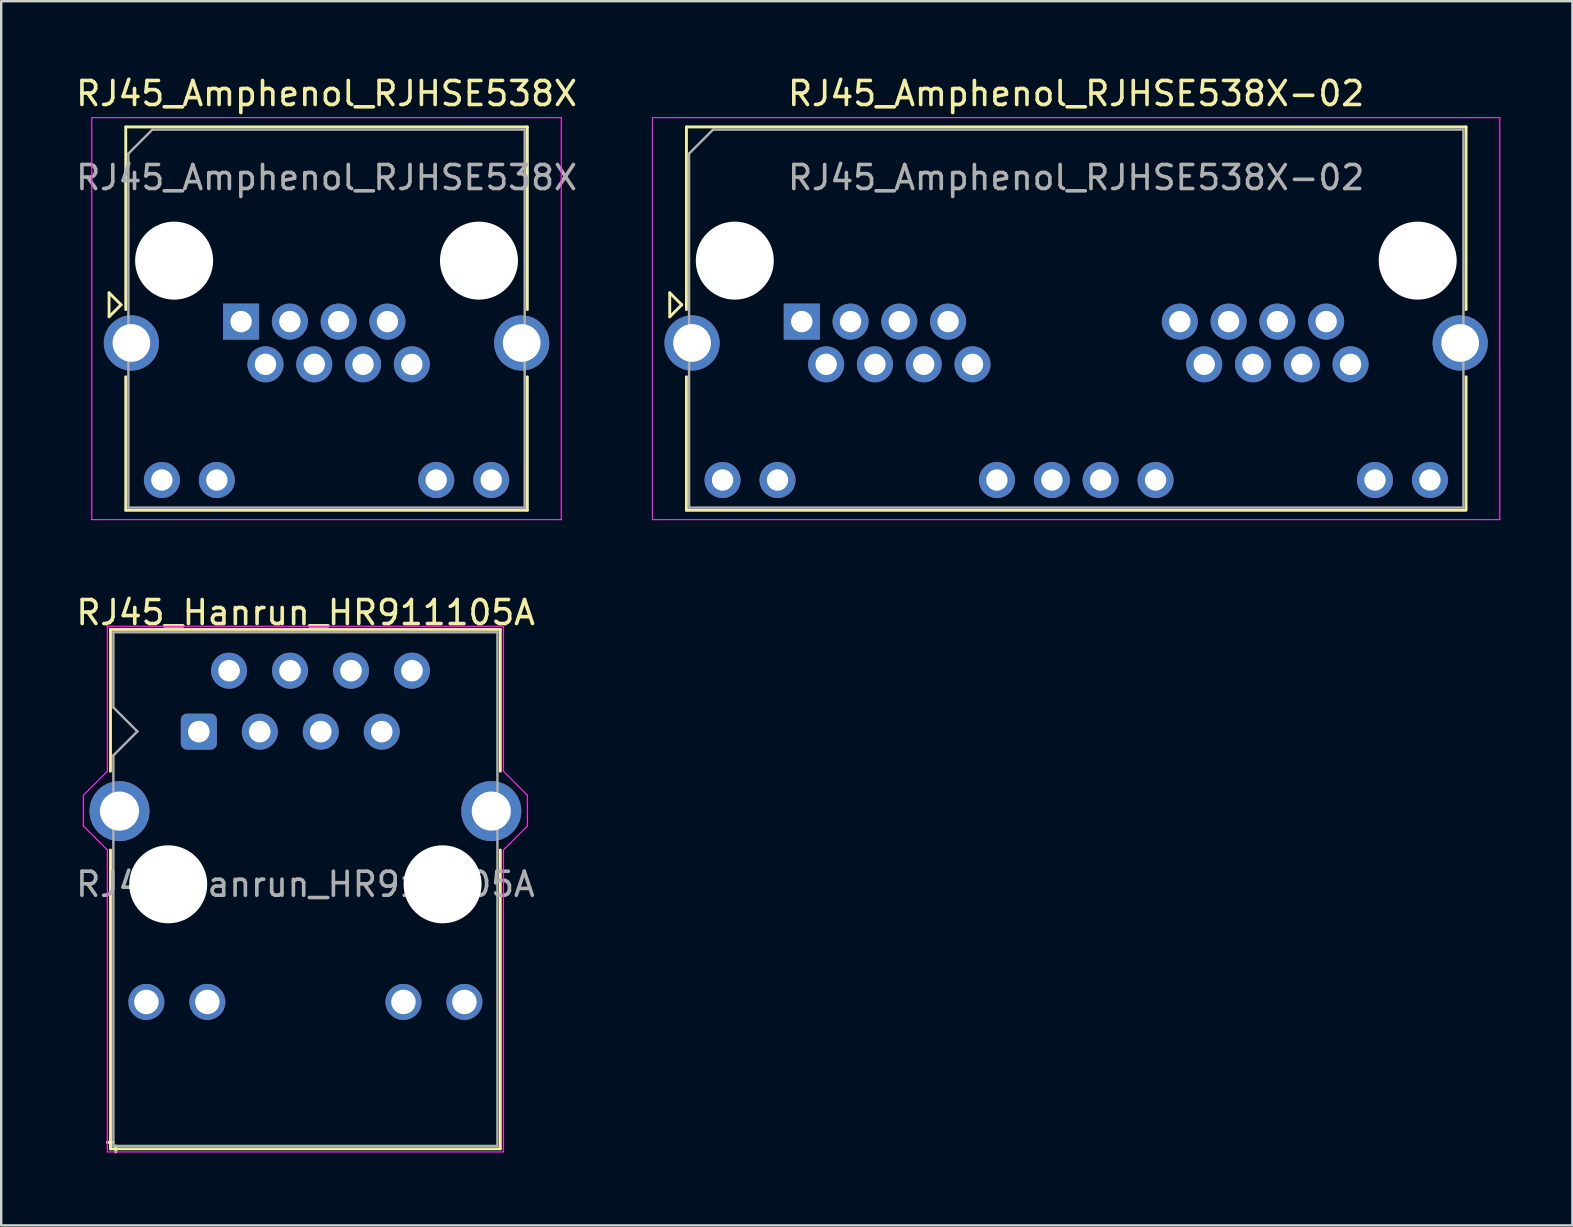
<source format=kicad_pcb>
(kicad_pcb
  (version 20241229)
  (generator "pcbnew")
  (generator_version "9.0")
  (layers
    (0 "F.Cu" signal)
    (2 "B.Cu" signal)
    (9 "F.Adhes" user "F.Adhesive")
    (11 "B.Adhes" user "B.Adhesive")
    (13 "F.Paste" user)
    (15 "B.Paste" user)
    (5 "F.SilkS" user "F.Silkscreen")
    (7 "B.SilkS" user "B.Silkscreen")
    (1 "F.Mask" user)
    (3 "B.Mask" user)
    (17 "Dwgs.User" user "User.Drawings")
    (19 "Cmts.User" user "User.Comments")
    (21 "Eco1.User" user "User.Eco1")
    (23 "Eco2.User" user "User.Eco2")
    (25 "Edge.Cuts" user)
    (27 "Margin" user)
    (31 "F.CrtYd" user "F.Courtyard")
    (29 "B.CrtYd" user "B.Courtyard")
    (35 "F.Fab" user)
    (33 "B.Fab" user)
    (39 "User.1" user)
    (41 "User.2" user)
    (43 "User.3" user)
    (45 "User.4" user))
  (footprint "RJ45_Amphenol_RJHSE538X-02"
    (layer "F.Cu")
    (at 30.352 10.348)
    (property "Reference" "RJ45_Amphenol_RJHSE538X-02" (at 11.43 -9.5 0) (layer "F.SilkS") (effects (font (size 1 1) (thickness 0.15))))
    (attr through_hole)
    (fp_line (start -5.5 -1.2) (end -5 -0.7) (stroke (width 0.12) (type solid)) (layer "F.SilkS"))
    (fp_line (start -5.5 -0.2) (end -5.5 -1.2) (stroke (width 0.12) (type solid)) (layer "F.SilkS"))
    (fp_line (start -5 -0.7) (end -5.5 -0.2) (stroke (width 0.12) (type solid)) (layer "F.SilkS"))
    (fp_line (start -4.805 -8.11) (end -4.805 -0.5) (stroke (width 0.12) (type solid)) (layer "F.SilkS"))
    (fp_line (start -4.805 -8.11) (end 27.675 -8.11) (stroke (width 0.12) (type solid)) (layer "F.SilkS"))
    (fp_line (start -4.805 7.86) (end -4.805 2.3) (stroke (width 0.12) (type solid)) (layer "F.SilkS"))
    (fp_line (start -4.805 7.86) (end 27.675 7.86) (stroke (width 0.12) (type solid)) (layer "F.SilkS"))
    (fp_line (start 27.675 -8.11) (end 27.675 -0.5) (stroke (width 0.12) (type solid)) (layer "F.SilkS"))
    (fp_line (start 27.675 7.815) (end 27.675 2.3) (stroke (width 0.12) (type solid)) (layer "F.SilkS"))
    (fp_line (start -6.22 -8.5) (end -6.22 8.25) (stroke (width 0.05) (type solid)) (layer "F.CrtYd"))
    (fp_line (start -6.22 -8.5) (end 29.08 -8.5) (stroke (width 0.05) (type solid)) (layer "F.CrtYd"))
    (fp_line (start -6.22 8.25) (end 29.08 8.25) (stroke (width 0.05) (type solid)) (layer "F.CrtYd"))
    (fp_line (start 29.08 -8.5) (end 29.08 8.25) (stroke (width 0.05) (type solid)) (layer "F.CrtYd"))
    (fp_line (start -4.695 -7) (end -4.695 7.75) (stroke (width 0.1) (type solid)) (layer "F.Fab"))
    (fp_line (start -4.695 -7) (end -3.695 -8) (stroke (width 0.1) (type solid)) (layer "F.Fab"))
    (fp_line (start -4.695 7.75) (end 27.565 7.75) (stroke (width 0.1) (type solid)) (layer "F.Fab"))
    (fp_line (start -3.695 -8) (end 27.565 -8) (stroke (width 0.1) (type solid)) (layer "F.Fab"))
    (fp_line (start 27.565 -8) (end 27.565 7.75) (stroke (width 0.1) (type solid)) (layer "F.Fab"))
    (fp_text user "${REFERENCE}" (at 11.43 -6 0) (layer "F.Fab") (effects (font (size 1 1) (thickness 0.15))))
    (pad "" np_thru_hole circle (at -2.79 -2.54) (size 3.25 3.25) (drill 3.25) (layers "*.Cu" "*.Mask"))
    (pad "" np_thru_hole circle (at 25.66 -2.54) (size 3.25 3.25) (drill 3.25) (layers "*.Cu" "*.Mask"))
    (pad "1" thru_hole rect (at 0 0) (size 1.5 1.5) (drill 0.89) (layers "*.Cu" "*.Mask"))
    (pad "2" thru_hole circle (at 1.016 1.78) (size 1.5 1.5) (drill 0.89) (layers "*.Cu" "*.Mask"))
    (pad "3" thru_hole circle (at 2.032 0) (size 1.5 1.5) (drill 0.89) (layers "*.Cu" "*.Mask"))
    (pad "4" thru_hole circle (at 3.048 1.78) (size 1.5 1.5) (drill 0.89) (layers "*.Cu" "*.Mask"))
    (pad "5" thru_hole circle (at 4.064 0) (size 1.5 1.5) (drill 0.89) (layers "*.Cu" "*.Mask"))
    (pad "6" thru_hole circle (at 5.08 1.78) (size 1.5 1.5) (drill 0.89) (layers "*.Cu" "*.Mask"))
    (pad "7" thru_hole circle (at 6.096 0) (size 1.5 1.5) (drill 0.89) (layers "*.Cu" "*.Mask"))
    (pad "8" thru_hole circle (at 7.112 1.78) (size 1.5 1.5) (drill 0.89) (layers "*.Cu" "*.Mask"))
    (pad "9" thru_hole circle (at -3.3 6.6) (size 1.5 1.5) (drill 0.89) (layers "*.Cu" "*.Mask"))
    (pad "10" thru_hole circle (at -1.01 6.6) (size 1.5 1.5) (drill 0.89) (layers "*.Cu" "*.Mask"))
    (pad "11" thru_hole circle (at 8.13 6.6) (size 1.5 1.5) (drill 0.89) (layers "*.Cu" "*.Mask"))
    (pad "12" thru_hole circle (at 10.42 6.6) (size 1.5 1.5) (drill 0.89) (layers "*.Cu" "*.Mask"))
    (pad "13" thru_hole circle (at 15.75 0) (size 1.5 1.5) (drill 0.89) (layers "*.Cu" "*.Mask"))
    (pad "14" thru_hole circle (at 16.766 1.78) (size 1.5 1.5) (drill 0.89) (layers "*.Cu" "*.Mask"))
    (pad "15" thru_hole circle (at 17.782 0) (size 1.5 1.5) (drill 0.89) (layers "*.Cu" "*.Mask"))
    (pad "16" thru_hole circle (at 18.798 1.78) (size 1.5 1.5) (drill 0.89) (layers "*.Cu" "*.Mask"))
    (pad "17" thru_hole circle (at 19.814 0) (size 1.5 1.5) (drill 0.89) (layers "*.Cu" "*.Mask"))
    (pad "18" thru_hole circle (at 20.83 1.78) (size 1.5 1.5) (drill 0.89) (layers "*.Cu" "*.Mask"))
    (pad "19" thru_hole circle (at 21.846 0) (size 1.5 1.5) (drill 0.89) (layers "*.Cu" "*.Mask"))
    (pad "20" thru_hole circle (at 22.862 1.78) (size 1.5 1.5) (drill 0.89) (layers "*.Cu" "*.Mask"))
    (pad "21" thru_hole circle (at 12.45 6.6) (size 1.5 1.5) (drill 0.89) (layers "*.Cu" "*.Mask"))
    (pad "22" thru_hole circle (at 14.74 6.6) (size 1.5 1.5) (drill 0.89) (layers "*.Cu" "*.Mask"))
    (pad "23" thru_hole circle (at 23.88 6.6) (size 1.5 1.5) (drill 0.89) (layers "*.Cu" "*.Mask"))
    (pad "24" thru_hole circle (at 26.17 6.6) (size 1.5 1.5) (drill 0.89) (layers "*.Cu" "*.Mask"))
    (pad "SH" thru_hole circle (at -4.57 0.89) (size 2.3 2.3) (drill 1.57) (layers "*.Cu" "*.Mask"))
    (pad "SH" thru_hole circle (at 27.43 0.89) (size 2.3 2.3) (drill 1.57) (layers "*.Cu" "*.Mask")))
  (footprint "RJ45_Hanrun_HR911105A"
    (layer "F.Cu")
    (at 5.233 27.431)
    (property "Reference" "RJ45_Hanrun_HR911105A" (at 4.45 -4.96 0) (layer "F.SilkS") (effects (font (size 1 1) (thickness 0.15))))
    (attr through_hole)
    (fp_line (start -3.68 -4.26) (end -3.68 1.65) (stroke (width 0.12) (type solid)) (layer "F.SilkS"))
    (fp_line (start -3.68 -4.26) (end 12.56 -4.26) (stroke (width 0.12) (type solid)) (layer "F.SilkS"))
    (fp_line (start -3.68 4.93) (end -3.68 17.38) (stroke (width 0.12) (type solid)) (layer "F.SilkS"))
    (fp_line (start -3.56 17.11) (end -3.81 17.11) (stroke (width 0.12) (type solid)) (layer "F.SilkS"))
    (fp_line (start -3.46 17.26) (end -3.46 17.51) (stroke (width 0.12) (type solid)) (layer "F.SilkS"))
    (fp_line (start 12.56 -4.26) (end 12.56 1.65) (stroke (width 0.12) (type solid)) (layer "F.SilkS"))
    (fp_line (start 12.56 4.93) (end 12.56 17.38) (stroke (width 0.12) (type solid)) (layer "F.SilkS"))
    (fp_line (start 12.56 17.38) (end -3.68 17.38) (stroke (width 0.12) (type solid)) (layer "F.SilkS"))
    (fp_line (start -4.81 3.93) (end -4.81 2.65) (stroke (width 0.05) (type solid)) (layer "F.CrtYd"))
    (fp_line (start -4.81 3.93) (end -3.81 4.93) (stroke (width 0.05) (type solid)) (layer "F.CrtYd"))
    (fp_line (start -3.81 -4.39) (end 12.69 -4.39) (stroke (width 0.05) (type solid)) (layer "F.CrtYd"))
    (fp_line (start -3.81 1.65) (end -4.81 2.65) (stroke (width 0.05) (type solid)) (layer "F.CrtYd"))
    (fp_line (start -3.81 1.65) (end -3.81 -4.4) (stroke (width 0.05) (type solid)) (layer "F.CrtYd"))
    (fp_line (start -3.81 4.93) (end -3.81 17.51) (stroke (width 0.05) (type solid)) (layer "F.CrtYd"))
    (fp_line (start -3.81 17.51) (end 12.69 17.51) (stroke (width 0.05) (type solid)) (layer "F.CrtYd"))
    (fp_line (start 12.69 1.65) (end 12.69 -4.39) (stroke (width 0.05) (type solid)) (layer "F.CrtYd"))
    (fp_line (start 12.69 1.65) (end 13.69 2.65) (stroke (width 0.05) (type solid)) (layer "F.CrtYd"))
    (fp_line (start 12.69 4.93) (end 12.69 17.51) (stroke (width 0.05) (type solid)) (layer "F.CrtYd"))
    (fp_line (start 13.69 3.93) (end 12.69 4.93) (stroke (width 0.05) (type solid)) (layer "F.CrtYd"))
    (fp_line (start 13.69 3.93) (end 13.69 2.65) (stroke (width 0.05) (type solid)) (layer "F.CrtYd"))
    (fp_line (start -3.56 -4.14) (end -3.56 -1.01) (stroke (width 0.1) (type solid)) (layer "F.Fab"))
    (fp_line (start -3.56 -4.14) (end 12.44 -4.14) (stroke (width 0.1) (type solid)) (layer "F.Fab"))
    (fp_line (start -3.56 0.99) (end -3.56 17.26) (stroke (width 0.1) (type solid)) (layer "F.Fab"))
    (fp_line (start -3.56 17.26) (end 12.44 17.26) (stroke (width 0.1) (type solid)) (layer "F.Fab"))
    (fp_line (start -2.56 -0.01) (end -3.56 -1.01) (stroke (width 0.1) (type solid)) (layer "F.Fab"))
    (fp_line (start -2.56 -0.01) (end -3.56 0.99) (stroke (width 0.1) (type solid)) (layer "F.Fab"))
    (fp_line (start 12.44 -4.14) (end 12.44 17.26) (stroke (width 0.1) (type solid)) (layer "F.Fab"))
    (fp_text user "${REFERENCE}" (at 4.44 6.36 0) (layer "F.Fab") (effects (font (size 1 1) (thickness 0.15))))
    (pad "" np_thru_hole circle (at -1.275 6.36) (size 3.25 3.25) (drill 3.25) (layers "*.Cu" "*.Mask"))
    (pad "" np_thru_hole circle (at 10.155 6.36) (size 3.25 3.25) (drill 3.25) (layers "*.Cu" "*.Mask"))
    (pad "1" thru_hole roundrect (at 0 0) (size 1.5 1.5) (drill 0.9) (layers "*.Cu" "*.Mask") (roundrect_rratio 0.167))
    (pad "2" thru_hole circle (at 1.26 -2.54) (size 1.5 1.5) (drill 0.9) (layers "*.Cu" "*.Mask"))
    (pad "3" thru_hole circle (at 2.54 0) (size 1.5 1.5) (drill 0.9) (layers "*.Cu" "*.Mask"))
    (pad "4" thru_hole circle (at 3.8 -2.54) (size 1.5 1.5) (drill 0.9) (layers "*.Cu" "*.Mask"))
    (pad "5" thru_hole circle (at 5.08 0) (size 1.5 1.5) (drill 0.9) (layers "*.Cu" "*.Mask"))
    (pad "6" thru_hole circle (at 6.34 -2.54 90) (size 1.5 1.5) (drill 0.9) (layers "*.Cu" "*.Mask"))
    (pad "7" thru_hole circle (at 7.62 0) (size 1.5 1.5) (drill 0.9) (layers "*.Cu" "*.Mask"))
    (pad "8" thru_hole circle (at 8.88 -2.54) (size 1.5 1.5) (drill 0.9) (layers "*.Cu" "*.Mask"))
    (pad "9" thru_hole circle (at -2.185 11.26) (size 1.5 1.5) (drill 1.02) (layers "*.Cu" "*.Mask"))
    (pad "10" thru_hole circle (at 0.355 11.26) (size 1.5 1.5) (drill 1.02) (layers "*.Cu" "*.Mask"))
    (pad "11" thru_hole circle (at 8.525 11.26) (size 1.5 1.5) (drill 1.02) (layers "*.Cu" "*.Mask"))
    (pad "12" thru_hole circle (at 11.065 11.26) (size 1.5 1.5) (drill 1.02) (layers "*.Cu" "*.Mask"))
    (pad "SH" thru_hole circle (at -3.305 3.31) (size 2.5 2.5) (drill 1.63) (layers "*.Cu" "*.Mask"))
    (pad "SH" thru_hole circle (at 12.185 3.31) (size 2.5 2.5) (drill 1.63) (layers "*.Cu" "*.Mask")))
  (footprint "RJ45_Amphenol_RJHSE538X"
    (layer "F.Cu")
    (at 6.994 10.348)
    (property "Reference" "RJ45_Amphenol_RJHSE538X" (at 3.56 -9.5 0) (layer "F.SilkS") (effects (font (size 1 1) (thickness 0.15))))
    (attr through_hole)
    (fp_line (start -5.5 -1.2) (end -5 -0.7) (stroke (width 0.12) (type solid)) (layer "F.SilkS"))
    (fp_line (start -5.5 -0.2) (end -5.5 -1.2) (stroke (width 0.12) (type solid)) (layer "F.SilkS"))
    (fp_line (start -5 -0.7) (end -5.5 -0.2) (stroke (width 0.12) (type solid)) (layer "F.SilkS"))
    (fp_line (start -4.805 -8.11) (end -4.805 -0.5) (stroke (width 0.12) (type solid)) (layer "F.SilkS"))
    (fp_line (start -4.805 -8.11) (end 11.925 -8.11) (stroke (width 0.12) (type solid)) (layer "F.SilkS"))
    (fp_line (start -4.805 7.86) (end -4.805 2.3) (stroke (width 0.12) (type solid)) (layer "F.SilkS"))
    (fp_line (start -4.805 7.86) (end 11.925 7.86) (stroke (width 0.12) (type solid)) (layer "F.SilkS"))
    (fp_line (start 11.925 -8.11) (end 11.925 -0.5) (stroke (width 0.12) (type solid)) (layer "F.SilkS"))
    (fp_line (start 11.925 7.86) (end 11.925 2.3) (stroke (width 0.12) (type solid)) (layer "F.SilkS"))
    (fp_line (start -6.22 -8.5) (end -6.22 8.25) (stroke (width 0.05) (type solid)) (layer "F.CrtYd"))
    (fp_line (start -6.22 -8.5) (end 13.34 -8.5) (stroke (width 0.05) (type solid)) (layer "F.CrtYd"))
    (fp_line (start -6.22 8.25) (end 13.34 8.25) (stroke (width 0.05) (type solid)) (layer "F.CrtYd"))
    (fp_line (start 13.34 -8.5) (end 13.34 8.25) (stroke (width 0.05) (type solid)) (layer "F.CrtYd"))
    (fp_line (start -4.695 -7) (end -4.695 7.75) (stroke (width 0.1) (type solid)) (layer "F.Fab"))
    (fp_line (start -4.695 -7) (end -3.695 -8) (stroke (width 0.1) (type solid)) (layer "F.Fab"))
    (fp_line (start -4.695 7.75) (end 11.815 7.75) (stroke (width 0.1) (type solid)) (layer "F.Fab"))
    (fp_line (start -3.695 -8) (end 11.815 -8) (stroke (width 0.1) (type solid)) (layer "F.Fab"))
    (fp_line (start 11.815 -8) (end 11.815 7.75) (stroke (width 0.1) (type solid)) (layer "F.Fab"))
    (fp_text user "${REFERENCE}" (at 3.56 -6 0) (layer "F.Fab") (effects (font (size 1 1) (thickness 0.15))))
    (pad "" np_thru_hole circle (at -2.79 -2.54) (size 3.25 3.25) (drill 3.25) (layers "*.Cu" "*.Mask"))
    (pad "" np_thru_hole circle (at 9.91 -2.54) (size 3.25 3.25) (drill 3.25) (layers "*.Cu" "*.Mask"))
    (pad "1" thru_hole rect (at 0 0) (size 1.5 1.5) (drill 0.89) (layers "*.Cu" "*.Mask"))
    (pad "2" thru_hole circle (at 1.016 1.78) (size 1.5 1.5) (drill 0.89) (layers "*.Cu" "*.Mask"))
    (pad "3" thru_hole circle (at 2.032 0) (size 1.5 1.5) (drill 0.89) (layers "*.Cu" "*.Mask"))
    (pad "4" thru_hole circle (at 3.048 1.78) (size 1.5 1.5) (drill 0.89) (layers "*.Cu" "*.Mask"))
    (pad "5" thru_hole circle (at 4.064 0) (size 1.5 1.5) (drill 0.89) (layers "*.Cu" "*.Mask"))
    (pad "6" thru_hole circle (at 5.08 1.78) (size 1.5 1.5) (drill 0.89) (layers "*.Cu" "*.Mask"))
    (pad "7" thru_hole circle (at 6.096 0) (size 1.5 1.5) (drill 0.89) (layers "*.Cu" "*.Mask"))
    (pad "8" thru_hole circle (at 7.112 1.78) (size 1.5 1.5) (drill 0.89) (layers "*.Cu" "*.Mask"))
    (pad "9" thru_hole circle (at -3.3 6.6) (size 1.5 1.5) (drill 0.89) (layers "*.Cu" "*.Mask"))
    (pad "10" thru_hole circle (at -1.01 6.6) (size 1.5 1.5) (drill 0.89) (layers "*.Cu" "*.Mask"))
    (pad "11" thru_hole circle (at 8.13 6.6) (size 1.5 1.5) (drill 0.89) (layers "*.Cu" "*.Mask"))
    (pad "12" thru_hole circle (at 10.42 6.6) (size 1.5 1.5) (drill 0.89) (layers "*.Cu" "*.Mask"))
    (pad "SH" thru_hole circle (at -4.57 0.89) (size 2.3 2.3) (drill 1.57) (layers "*.Cu" "*.Mask"))
    (pad "SH" thru_hole circle (at 11.69 0.89) (size 2.3 2.3) (drill 1.57) (layers "*.Cu" "*.Mask")))
  (gr_rect
    (start -3 -3)
    (end 62.457 48.002)
    (stroke (width 0.1) (type default))
    (fill no)
    (layer "Edge.Cuts")))
</source>
